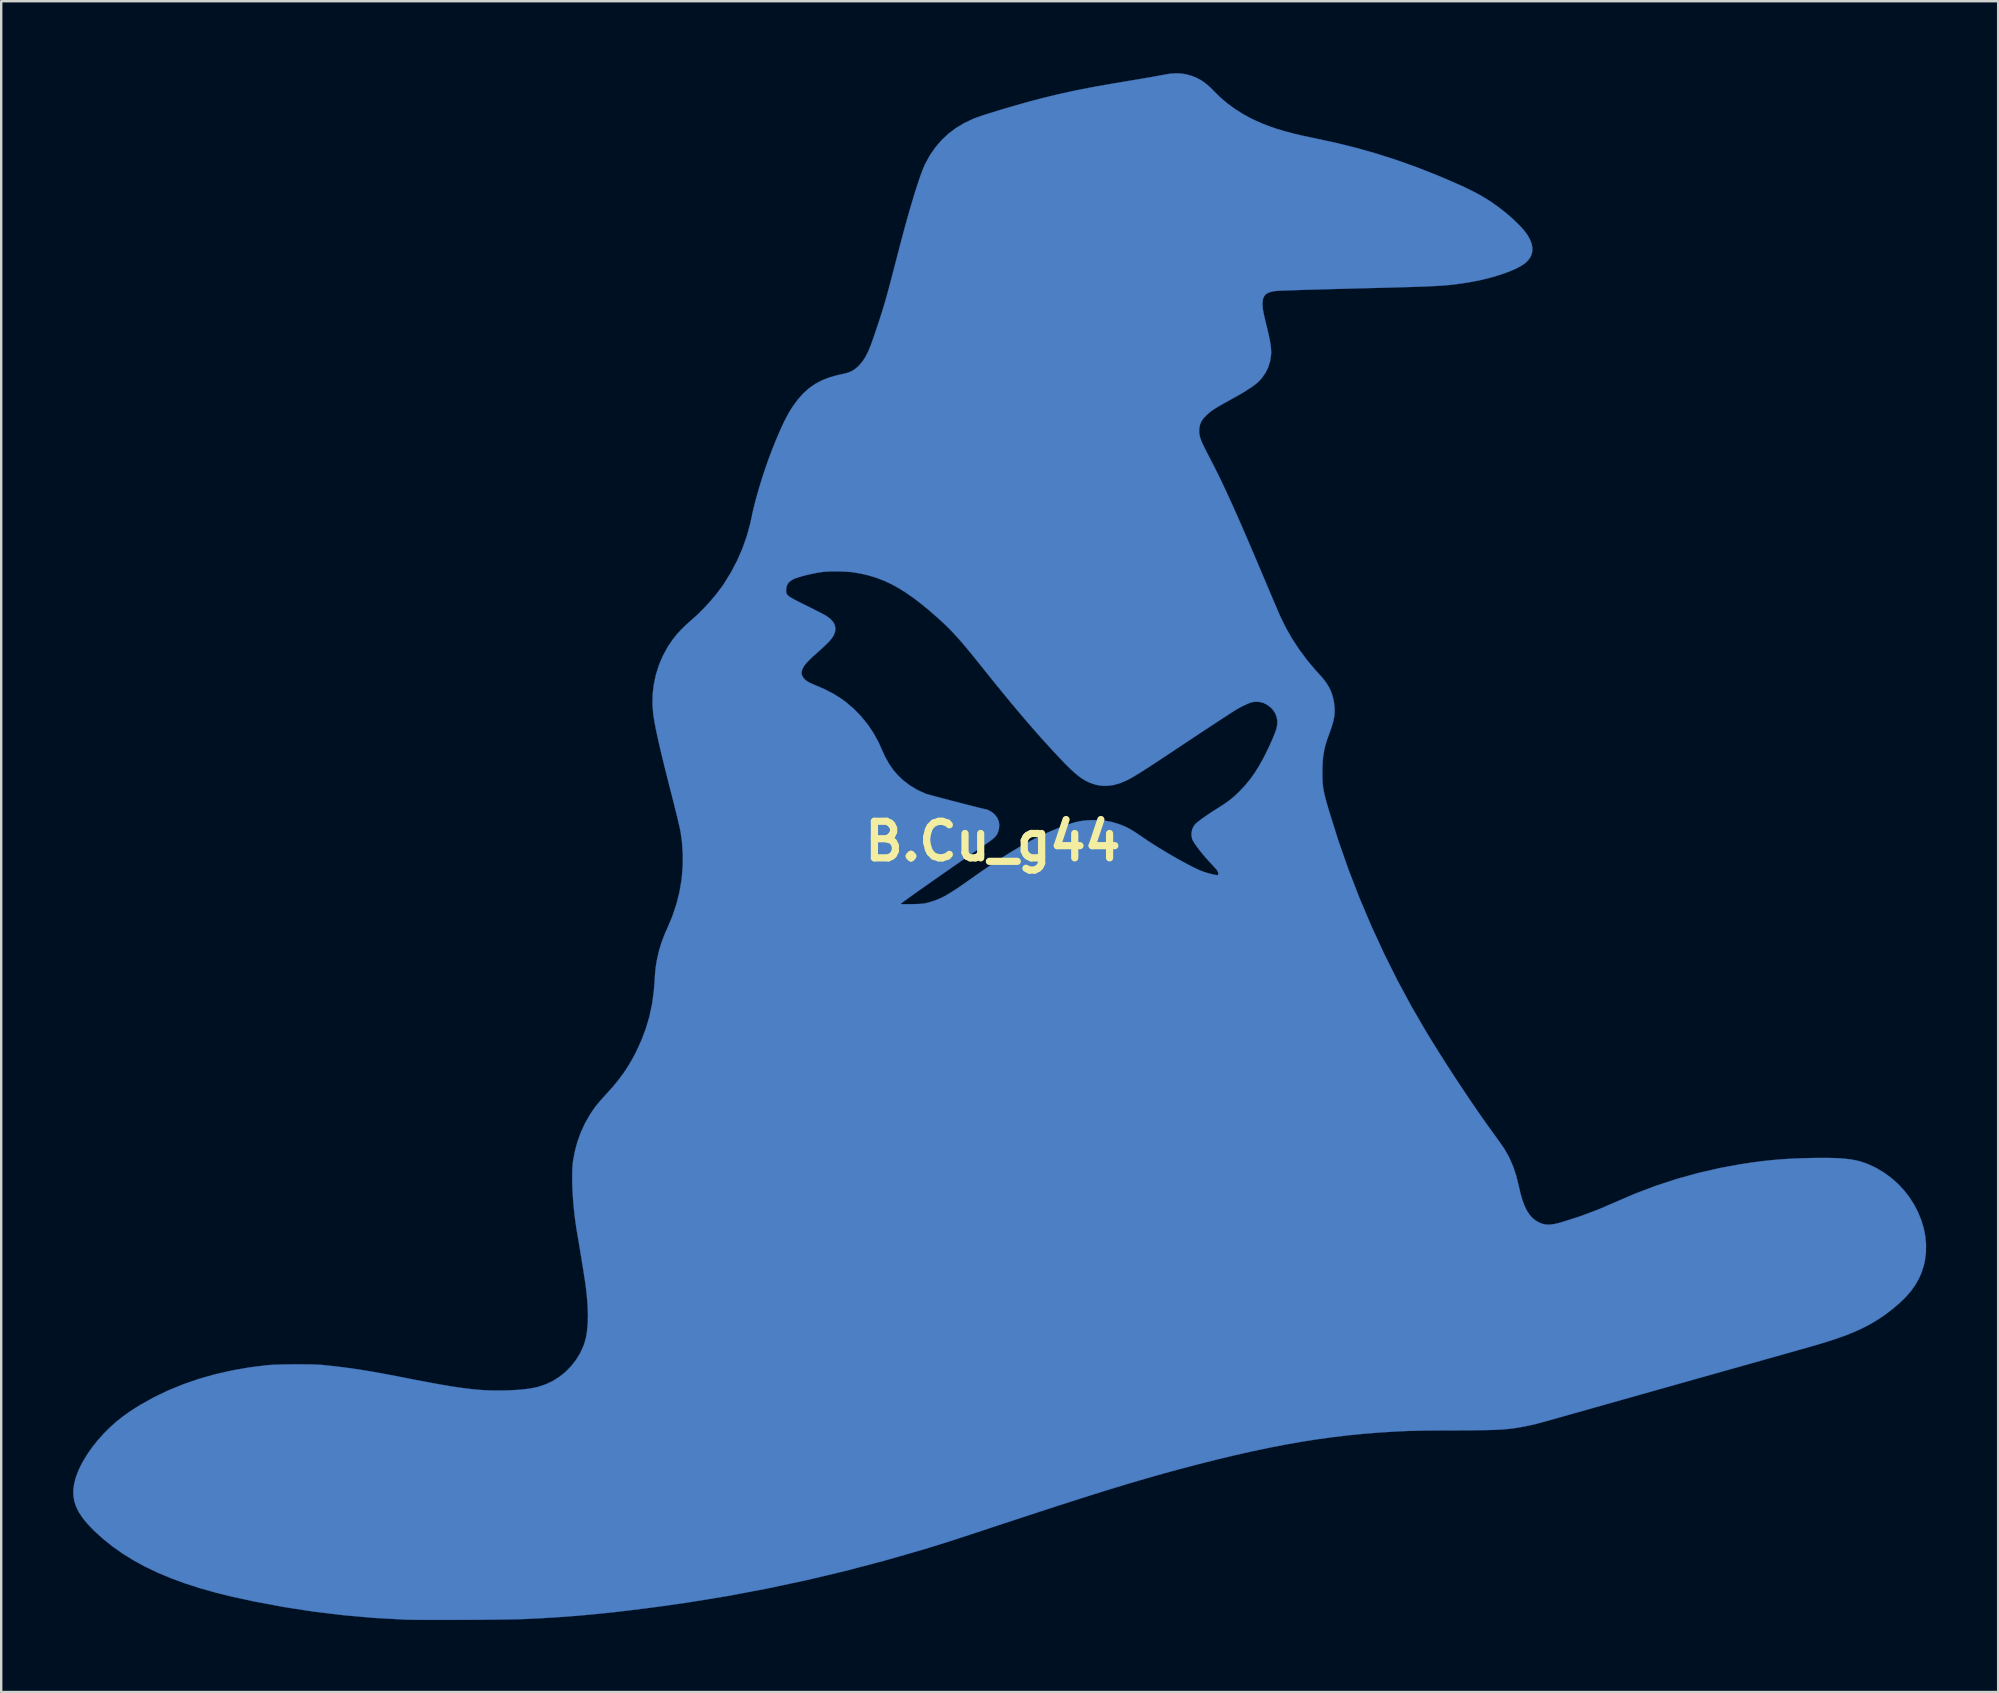
<source format=kicad_pcb>
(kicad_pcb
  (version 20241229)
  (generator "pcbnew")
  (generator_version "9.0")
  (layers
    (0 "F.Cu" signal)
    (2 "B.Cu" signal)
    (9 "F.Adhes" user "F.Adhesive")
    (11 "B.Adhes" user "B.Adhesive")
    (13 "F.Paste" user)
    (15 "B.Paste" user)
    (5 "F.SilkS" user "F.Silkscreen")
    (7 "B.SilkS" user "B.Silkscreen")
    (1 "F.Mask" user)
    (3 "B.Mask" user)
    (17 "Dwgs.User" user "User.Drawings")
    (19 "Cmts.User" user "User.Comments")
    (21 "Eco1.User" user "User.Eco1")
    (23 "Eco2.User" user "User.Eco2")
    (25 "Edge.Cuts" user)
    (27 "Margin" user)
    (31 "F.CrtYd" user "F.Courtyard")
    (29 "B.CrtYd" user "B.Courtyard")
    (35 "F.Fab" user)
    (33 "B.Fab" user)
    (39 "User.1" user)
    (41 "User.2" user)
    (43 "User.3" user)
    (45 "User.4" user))
  (footprint "B.Cu_g44"
    (layer "F.Cu")
    (at 38.317 32.003)
    (property "Reference" "B.Cu_g44" (at 0 0 0) (layer "F.SilkS") (effects (font (size 1.524 1.524) (thickness 0.3))))
    (attr through_hole)
    (fp_poly (pts (xy 7.834 -31.99) (xy 8.061 -31.954) (xy 8.242 -31.905) (xy 8.467 -31.82) (xy 8.679 -31.708) (xy 8.881 -31.565) (xy 9.082 -31.388) (xy 9.212 -31.254) (xy 9.469 -30.999) (xy 9.76 -30.752) (xy 10.076 -30.52) (xy 10.409 -30.308) (xy 10.709 -30.143) (xy 10.973 -30.015) (xy 11.243 -29.897) (xy 11.524 -29.789) (xy 11.819 -29.687) (xy 12.136 -29.592) (xy 12.477 -29.5) (xy 12.85 -29.411) (xy 13.258 -29.323) (xy 13.396 -29.295) (xy 14.289 -29.102) (xy 15.155 -28.887) (xy 16.002 -28.647) (xy 16.838 -28.379) (xy 17.672 -28.081) (xy 18.511 -27.75) (xy 19.132 -27.486) (xy 19.447 -27.347) (xy 19.727 -27.217) (xy 19.978 -27.094) (xy 20.206 -26.975) (xy 20.417 -26.856) (xy 20.616 -26.734) (xy 20.809 -26.607) (xy 21.002 -26.47) (xy 21.114 -26.387) (xy 21.316 -26.229) (xy 21.514 -26.063) (xy 21.702 -25.894) (xy 21.875 -25.729) (xy 22.028 -25.57) (xy 22.155 -25.424) (xy 22.252 -25.295) (xy 22.253 -25.294) (xy 22.368 -25.096) (xy 22.443 -24.907) (xy 22.478 -24.728) (xy 22.472 -24.558) (xy 22.426 -24.4) (xy 22.341 -24.254) (xy 22.215 -24.121) (xy 22.166 -24.081) (xy 22.009 -23.975) (xy 21.813 -23.87) (xy 21.583 -23.768) (xy 21.324 -23.669) (xy 21.04 -23.575) (xy 20.735 -23.487) (xy 20.414 -23.406) (xy 20.08 -23.335) (xy 19.738 -23.274) (xy 19.452 -23.232) (xy 19.34 -23.217) (xy 19.232 -23.204) (xy 19.125 -23.191) (xy 19.017 -23.18) (xy 18.906 -23.17) (xy 18.788 -23.16) (xy 18.662 -23.151) (xy 18.525 -23.142) (xy 18.375 -23.134) (xy 18.208 -23.126) (xy 18.023 -23.118) (xy 17.818 -23.11) (xy 17.589 -23.102) (xy 17.334 -23.094) (xy 17.051 -23.086) (xy 16.737 -23.077) (xy 16.389 -23.068) (xy 16.006 -23.058) (xy 15.585 -23.047) (xy 15.282 -23.04) (xy 14.923 -23.03) (xy 14.57 -23.021) (xy 14.226 -23.012) (xy 13.894 -23.003) (xy 13.576 -22.994) (xy 13.276 -22.985) (xy 12.995 -22.977) (xy 12.737 -22.969) (xy 12.505 -22.961) (xy 12.301 -22.954) (xy 12.127 -22.948) (xy 11.987 -22.942) (xy 11.884 -22.938) (xy 11.819 -22.934) (xy 11.811 -22.933) (xy 11.631 -22.907) (xy 11.489 -22.863) (xy 11.38 -22.799) (xy 11.303 -22.711) (xy 11.256 -22.599) (xy 11.236 -22.46) (xy 11.235 -22.404) (xy 11.237 -22.33) (xy 11.241 -22.259) (xy 11.249 -22.185) (xy 11.261 -22.102) (xy 11.28 -22.006) (xy 11.305 -21.889) (xy 11.338 -21.746) (xy 11.38 -21.571) (xy 11.409 -21.452) (xy 11.47 -21.199) (xy 11.518 -20.981) (xy 11.553 -20.793) (xy 11.578 -20.631) (xy 11.591 -20.491) (xy 11.595 -20.367) (xy 11.592 -20.278) (xy 11.552 -20.01) (xy 11.474 -19.756) (xy 11.358 -19.518) (xy 11.206 -19.301) (xy 11.093 -19.176) (xy 10.996 -19.088) (xy 10.874 -18.992) (xy 10.725 -18.888) (xy 10.546 -18.773) (xy 10.335 -18.645) (xy 10.09 -18.505) (xy 9.832 -18.362) (xy 9.635 -18.254) (xy 9.472 -18.161) (xy 9.336 -18.081) (xy 9.222 -18.009) (xy 9.126 -17.943) (xy 9.043 -17.88) (xy 8.966 -17.816) (xy 8.913 -17.767) (xy 8.787 -17.636) (xy 8.696 -17.511) (xy 8.637 -17.384) (xy 8.605 -17.248) (xy 8.598 -17.18) (xy 8.595 -17.092) (xy 8.599 -17.009) (xy 8.611 -16.924) (xy 8.633 -16.835) (xy 8.666 -16.734) (xy 8.713 -16.619) (xy 8.776 -16.483) (xy 8.855 -16.322) (xy 8.953 -16.132) (xy 9.002 -16.037) (xy 9.122 -15.805) (xy 9.242 -15.57) (xy 9.363 -15.328) (xy 9.485 -15.078) (xy 9.61 -14.816) (xy 9.739 -14.541) (xy 9.873 -14.249) (xy 10.014 -13.938) (xy 10.162 -13.605) (xy 10.319 -13.249) (xy 10.486 -12.865) (xy 10.664 -12.453) (xy 10.854 -12.009) (xy 11.057 -11.53) (xy 11.265 -11.038) (xy 11.365 -10.802) (xy 11.463 -10.57) (xy 11.558 -10.346) (xy 11.648 -10.134) (xy 11.731 -9.938) (xy 11.806 -9.763) (xy 11.87 -9.613) (xy 11.923 -9.492) (xy 11.961 -9.404) (xy 11.973 -9.377) (xy 12.199 -8.913) (xy 12.461 -8.451) (xy 12.757 -7.999) (xy 13.079 -7.564) (xy 13.424 -7.152) (xy 13.565 -6.999) (xy 13.746 -6.795) (xy 13.893 -6.603) (xy 14.009 -6.414) (xy 14.098 -6.223) (xy 14.164 -6.02) (xy 14.21 -5.8) (xy 14.228 -5.667) (xy 14.241 -5.501) (xy 14.238 -5.336) (xy 14.218 -5.166) (xy 14.179 -4.984) (xy 14.121 -4.783) (xy 14.042 -4.555) (xy 14.014 -4.482) (xy 13.921 -4.222) (xy 13.849 -3.981) (xy 13.796 -3.747) (xy 13.759 -3.51) (xy 13.738 -3.258) (xy 13.729 -2.98) (xy 13.729 -2.889) (xy 13.73 -2.726) (xy 13.733 -2.581) (xy 13.74 -2.449) (xy 13.751 -2.324) (xy 13.767 -2.201) (xy 13.791 -2.072) (xy 13.822 -1.932) (xy 13.861 -1.775) (xy 13.911 -1.595) (xy 13.971 -1.386) (xy 14.037 -1.164) (xy 14.411 0.022) (xy 14.826 1.202) (xy 15.279 2.372) (xy 15.77 3.53) (xy 16.295 4.671) (xy 16.855 5.793) (xy 17.447 6.892) (xy 18.071 7.965) (xy 18.32 8.371) (xy 18.633 8.872) (xy 18.953 9.374) (xy 19.276 9.871) (xy 19.598 10.358) (xy 19.916 10.831) (xy 20.226 11.284) (xy 20.526 11.713) (xy 20.811 12.11) (xy 20.928 12.271) (xy 21.019 12.396) (xy 21.109 12.522) (xy 21.193 12.642) (xy 21.265 12.747) (xy 21.319 12.827) (xy 21.328 12.842) (xy 21.515 13.175) (xy 21.674 13.54) (xy 21.806 13.933) (xy 21.909 14.351) (xy 21.981 14.665) (xy 22.06 14.94) (xy 22.148 15.178) (xy 22.246 15.38) (xy 22.355 15.55) (xy 22.478 15.689) (xy 22.615 15.8) (xy 22.768 15.886) (xy 22.881 15.93) (xy 22.996 15.96) (xy 23.118 15.972) (xy 23.252 15.966) (xy 23.407 15.942) (xy 23.588 15.9) (xy 23.707 15.866) (xy 24.476 15.621) (xy 25.219 15.342) (xy 25.897 15.05) (xy 26.745 14.684) (xy 27.608 14.357) (xy 28.486 14.069) (xy 29.379 13.821) (xy 30.285 13.612) (xy 31.203 13.444) (xy 31.644 13.378) (xy 32.064 13.324) (xy 32.472 13.281) (xy 32.879 13.246) (xy 33.297 13.221) (xy 33.735 13.204) (xy 34.131 13.194) (xy 34.485 13.19) (xy 34.8 13.191) (xy 35.082 13.197) (xy 35.334 13.21) (xy 35.562 13.23) (xy 35.769 13.257) (xy 35.959 13.292) (xy 36.137 13.336) (xy 36.307 13.39) (xy 36.473 13.454) (xy 36.64 13.529) (xy 36.792 13.604) (xy 37.117 13.794) (xy 37.419 14.014) (xy 37.698 14.259) (xy 37.951 14.527) (xy 38.177 14.816) (xy 38.374 15.121) (xy 38.541 15.441) (xy 38.677 15.771) (xy 38.78 16.109) (xy 38.848 16.452) (xy 38.88 16.797) (xy 38.875 17.14) (xy 38.831 17.479) (xy 38.785 17.679) (xy 38.694 17.964) (xy 38.575 18.234) (xy 38.425 18.494) (xy 38.243 18.747) (xy 38.026 18.995) (xy 37.771 19.242) (xy 37.485 19.485) (xy 37.235 19.678) (xy 36.982 19.855) (xy 36.722 20.019) (xy 36.45 20.172) (xy 36.163 20.317) (xy 35.854 20.454) (xy 35.521 20.587) (xy 35.157 20.717) (xy 34.76 20.847) (xy 34.406 20.955) (xy 34.337 20.975) (xy 34.23 21.006) (xy 34.087 21.047) (xy 33.911 21.097) (xy 33.705 21.156) (xy 33.471 21.222) (xy 33.212 21.295) (xy 32.931 21.375) (xy 32.63 21.46) (xy 32.312 21.549) (xy 31.979 21.643) (xy 31.635 21.74) (xy 31.281 21.84) (xy 30.92 21.942) (xy 30.861 21.958) (xy 30.459 22.071) (xy 30.037 22.19) (xy 29.601 22.313) (xy 29.156 22.438) (xy 28.706 22.565) (xy 28.256 22.692) (xy 27.812 22.817) (xy 27.378 22.939) (xy 26.959 23.057) (xy 26.561 23.17) (xy 26.187 23.275) (xy 25.844 23.372) (xy 25.535 23.459) (xy 25.485 23.474) (xy 25.09 23.585) (xy 24.734 23.686) (xy 24.414 23.777) (xy 24.128 23.857) (xy 23.874 23.929) (xy 23.649 23.992) (xy 23.452 24.048) (xy 23.28 24.096) (xy 23.131 24.138) (xy 23.002 24.173) (xy 22.892 24.204) (xy 22.799 24.229) (xy 22.719 24.25) (xy 22.651 24.268) (xy 22.592 24.283) (xy 22.541 24.296) (xy 22.494 24.306) (xy 22.451 24.316) (xy 22.408 24.325) (xy 22.363 24.335) (xy 22.331 24.342) (xy 22.17 24.375) (xy 22.018 24.404) (xy 21.871 24.43) (xy 21.725 24.452) (xy 21.576 24.471) (xy 21.422 24.487) (xy 21.257 24.501) (xy 21.079 24.512) (xy 20.883 24.521) (xy 20.666 24.528) (xy 20.424 24.533) (xy 20.154 24.537) (xy 19.851 24.54) (xy 19.512 24.542) (xy 19.269 24.543) (xy 18.948 24.544) (xy 18.665 24.545) (xy 18.415 24.547) (xy 18.193 24.548) (xy 17.997 24.55) (xy 17.82 24.553) (xy 17.658 24.556) (xy 17.508 24.56) (xy 17.364 24.564) (xy 17.221 24.57) (xy 17.077 24.576) (xy 16.925 24.583) (xy 16.761 24.592) (xy 16.658 24.598) (xy 16.025 24.637) (xy 15.397 24.689) (xy 14.769 24.751) (xy 14.139 24.827) (xy 13.502 24.915) (xy 12.855 25.017) (xy 12.196 25.133) (xy 11.519 25.264) (xy 10.822 25.41) (xy 10.101 25.573) (xy 9.352 25.752) (xy 8.572 25.948) (xy 7.789 26.154) (xy 7.457 26.244) (xy 7.124 26.336) (xy 6.787 26.431) (xy 6.444 26.529) (xy 6.093 26.631) (xy 5.732 26.737) (xy 5.359 26.85) (xy 4.97 26.968) (xy 4.563 27.094) (xy 4.137 27.227) (xy 3.689 27.369) (xy 3.216 27.52) (xy 2.716 27.681) (xy 2.188 27.853) (xy 1.627 28.036) (xy 1.034 28.231) (xy 0.403 28.438) (xy -0.011 28.575) (xy -0.364 28.692) (xy -0.68 28.797) (xy -0.965 28.89) (xy -1.22 28.974) (xy -1.45 29.049) (xy -1.659 29.117) (xy -1.85 29.179) (xy -2.028 29.235) (xy -2.196 29.288) (xy -2.357 29.339) (xy -2.516 29.388) (xy -2.676 29.437) (xy -2.841 29.487) (xy -2.932 29.514) (xy -4.541 29.976) (xy -6.163 30.402) (xy -7.793 30.789) (xy -9.428 31.136) (xy -11.065 31.445) (xy -12.701 31.712) (xy -13.769 31.865) (xy -14.427 31.952) (xy -15.049 32.03) (xy -15.641 32.1) (xy -16.209 32.161) (xy -16.759 32.216) (xy -17.296 32.264) (xy -17.826 32.305) (xy -18.354 32.341) (xy -18.887 32.372) (xy -19.43 32.398) (xy -19.632 32.407) (xy -19.751 32.411) (xy -19.908 32.414) (xy -20.097 32.418) (xy -20.314 32.421) (xy -20.557 32.424) (xy -20.819 32.427) (xy -21.099 32.43) (xy -21.391 32.432) (xy -21.692 32.434) (xy -21.997 32.435) (xy -22.303 32.436) (xy -22.606 32.437) (xy -22.901 32.438) (xy -23.184 32.438) (xy -23.452 32.437) (xy -23.7 32.437) (xy -23.925 32.435) (xy -24.121 32.434) (xy -24.287 32.431) (xy -24.416 32.429) (xy -24.479 32.427) (xy -25.767 32.356) (xy -27.042 32.244) (xy -28.306 32.092) (xy -29.558 31.899) (xy -30.799 31.666) (xy -31.686 31.473) (xy -32.384 31.301) (xy -33.043 31.115) (xy -33.664 30.915) (xy -34.249 30.7) (xy -34.799 30.47) (xy -35.315 30.223) (xy -35.8 29.959) (xy -36.254 29.678) (xy -36.679 29.378) (xy -37.076 29.06) (xy -37.447 28.722) (xy -37.519 28.65) (xy -37.747 28.408) (xy -37.935 28.174) (xy -38.085 27.945) (xy -38.196 27.72) (xy -38.27 27.494) (xy -38.309 27.265) (xy -38.312 27.03) (xy -38.28 26.786) (xy -38.216 26.529) (xy -38.194 26.462) (xy -38.082 26.175) (xy -37.934 25.877) (xy -37.753 25.574) (xy -37.544 25.271) (xy -37.309 24.973) (xy -37.052 24.685) (xy -37.01 24.641) (xy -36.771 24.405) (xy -36.529 24.188) (xy -36.276 23.985) (xy -36.003 23.788) (xy -35.702 23.591) (xy -35.526 23.483) (xy -34.957 23.165) (xy -34.36 22.878) (xy -33.736 22.623) (xy -33.086 22.399) (xy -32.411 22.207) (xy -31.712 22.048) (xy -30.99 21.921) (xy -30.268 21.83) (xy -30.14 21.819) (xy -29.976 21.81) (xy -29.785 21.803) (xy -29.574 21.797) (xy -29.348 21.793) (xy -29.115 21.791) (xy -28.882 21.791) (xy -28.656 21.792) (xy -28.442 21.795) (xy -28.25 21.8) (xy -28.084 21.807) (xy -27.952 21.816) (xy -27.929 21.818) (xy -27.622 21.85) (xy -27.328 21.883) (xy -27.043 21.918) (xy -26.76 21.955) (xy -26.475 21.997) (xy -26.18 22.043) (xy -25.872 22.095) (xy -25.544 22.153) (xy -25.189 22.219) (xy -24.804 22.292) (xy -24.5 22.352) (xy -24.061 22.438) (xy -23.659 22.514) (xy -23.291 22.582) (xy -22.956 22.642) (xy -22.648 22.694) (xy -22.366 22.739) (xy -22.105 22.776) (xy -21.862 22.807) (xy -21.635 22.832) (xy -21.419 22.852) (xy -21.212 22.866) (xy -21.011 22.876) (xy -20.812 22.881) (xy -20.627 22.883) (xy -20.258 22.878) (xy -19.915 22.863) (xy -19.602 22.838) (xy -19.321 22.804) (xy -19.075 22.76) (xy -18.952 22.731) (xy -18.638 22.627) (xy -18.339 22.486) (xy -18.06 22.31) (xy -17.802 22.103) (xy -17.57 21.866) (xy -17.365 21.604) (xy -17.193 21.32) (xy -17.054 21.015) (xy -17.017 20.913) (xy -16.951 20.667) (xy -16.904 20.384) (xy -16.878 20.066) (xy -16.871 19.712) (xy -16.885 19.325) (xy -16.92 18.903) (xy -16.956 18.584) (xy -16.97 18.483) (xy -16.99 18.345) (xy -17.016 18.176) (xy -17.046 17.98) (xy -17.081 17.764) (xy -17.118 17.531) (xy -17.158 17.287) (xy -17.199 17.037) (xy -17.24 16.787) (xy -17.281 16.541) (xy -17.322 16.305) (xy -17.334 16.235) (xy -17.382 15.928) (xy -17.424 15.609) (xy -17.459 15.282) (xy -17.488 14.955) (xy -17.509 14.632) (xy -17.522 14.322) (xy -17.527 14.029) (xy -17.523 13.759) (xy -17.511 13.52) (xy -17.494 13.341) (xy -17.421 12.932) (xy -17.311 12.525) (xy -17.167 12.126) (xy -16.992 11.744) (xy -16.787 11.387) (xy -16.736 11.309) (xy -16.663 11.201) (xy -16.596 11.106) (xy -16.529 11.016) (xy -16.456 10.926) (xy -16.373 10.829) (xy -16.275 10.717) (xy -16.155 10.585) (xy -16.085 10.509) (xy -15.816 10.207) (xy -15.579 9.917) (xy -15.368 9.63) (xy -15.178 9.339) (xy -15.002 9.036) (xy -14.871 8.787) (xy -14.644 8.293) (xy -14.457 7.798) (xy -14.31 7.297) (xy -14.2 6.785) (xy -14.127 6.256) (xy -14.098 5.895) (xy -14.087 5.711) (xy -14.077 5.562) (xy -14.067 5.439) (xy -14.057 5.334) (xy -14.046 5.24) (xy -14.032 5.147) (xy -14.016 5.049) (xy -14.001 4.964) (xy -13.917 4.582) (xy -13.805 4.211) (xy -13.662 3.839) (xy -13.568 3.63) (xy -13.357 3.13) (xy -13.186 2.622) (xy -13.057 2.107) (xy -12.968 1.587) (xy -12.922 1.063) (xy -12.917 0.537) (xy -12.954 0.011) (xy -13.007 -0.371) (xy -13.021 -0.445) (xy -13.045 -0.555) (xy -13.077 -0.696) (xy -13.117 -0.866) (xy -13.163 -1.058) (xy -13.215 -1.269) (xy -13.271 -1.494) (xy -13.329 -1.728) (xy -13.39 -1.968) (xy -13.399 -2) (xy -13.515 -2.455) (xy -13.62 -2.871) (xy -13.714 -3.251) (xy -13.798 -3.596) (xy -13.872 -3.909) (xy -13.937 -4.192) (xy -13.993 -4.447) (xy -14.041 -4.675) (xy -14.081 -4.879) (xy -14.113 -5.062) (xy -14.139 -5.224) (xy -14.15 -5.304) (xy -14.182 -5.714) (xy -14.174 -6.126) (xy -14.126 -6.538) (xy -14.04 -6.943) (xy -13.915 -7.339) (xy -13.753 -7.721) (xy -13.556 -8.084) (xy -13.488 -8.191) (xy -13.333 -8.415) (xy -13.165 -8.625) (xy -12.98 -8.829) (xy -12.768 -9.034) (xy -12.531 -9.244) (xy -12.278 -9.471) (xy -12.021 -9.729) (xy -11.768 -10.007) (xy -11.527 -10.294) (xy -11.401 -10.461) (xy -8.614 -10.461) (xy -8.613 -10.408) (xy -8.608 -10.361) (xy -8.594 -10.319) (xy -8.569 -10.278) (xy -8.529 -10.237) (xy -8.472 -10.193) (xy -8.394 -10.143) (xy -8.291 -10.085) (xy -8.161 -10.016) (xy -8.001 -9.935) (xy -7.806 -9.838) (xy -7.754 -9.812) (xy -7.588 -9.73) (xy -7.431 -9.65) (xy -7.285 -9.576) (xy -7.157 -9.511) (xy -7.053 -9.456) (xy -6.976 -9.414) (xy -6.934 -9.39) (xy -6.778 -9.274) (xy -6.664 -9.152) (xy -6.592 -9.024) (xy -6.561 -8.89) (xy -6.572 -8.749) (xy -6.623 -8.602) (xy -6.665 -8.526) (xy -6.723 -8.444) (xy -6.801 -8.351) (xy -6.902 -8.246) (xy -7.028 -8.123) (xy -7.183 -7.98) (xy -7.303 -7.874) (xy -7.471 -7.724) (xy -7.608 -7.595) (xy -7.718 -7.484) (xy -7.804 -7.387) (xy -7.869 -7.301) (xy -7.915 -7.221) (xy -7.947 -7.144) (xy -7.967 -7.066) (xy -7.968 -7.062) (xy -7.972 -7.001) (xy -7.959 -6.94) (xy -7.929 -6.872) (xy -7.878 -6.79) (xy -7.807 -6.718) (xy -7.712 -6.651) (xy -7.586 -6.585) (xy -7.425 -6.516) (xy -7.402 -6.507) (xy -7.003 -6.335) (xy -6.63 -6.14) (xy -6.291 -5.925) (xy -6.125 -5.802) (xy -5.792 -5.519) (xy -5.487 -5.205) (xy -5.211 -4.865) (xy -4.968 -4.502) (xy -4.761 -4.122) (xy -4.645 -3.863) (xy -4.495 -3.531) (xy -4.33 -3.235) (xy -4.148 -2.972) (xy -3.946 -2.739) (xy -3.747 -2.551) (xy -3.459 -2.33) (xy -3.153 -2.145) (xy -2.835 -1.998) (xy -2.793 -1.982) (xy -2.753 -1.969) (xy -2.677 -1.948) (xy -2.57 -1.918) (xy -2.438 -1.882) (xy -2.283 -1.841) (xy -2.111 -1.795) (xy -1.925 -1.746) (xy -1.732 -1.695) (xy -1.534 -1.644) (xy -1.336 -1.593) (xy -1.143 -1.543) (xy -0.959 -1.496) (xy -0.789 -1.453) (xy -0.636 -1.414) (xy -0.506 -1.382) (xy -0.403 -1.357) (xy -0.331 -1.341) (xy -0.295 -1.334) (xy -0.293 -1.333) (xy -0.238 -1.321) (xy -0.163 -1.287) (xy -0.079 -1.238) (xy 0.002 -1.183) (xy 0.068 -1.127) (xy 0.081 -1.113) (xy 0.185 -0.974) (xy 0.248 -0.827) (xy 0.269 -0.671) (xy 0.25 -0.505) (xy 0.245 -0.486) (xy 0.217 -0.392) (xy 0.183 -0.311) (xy 0.137 -0.238) (xy 0.074 -0.167) (xy -0.01 -0.091) (xy -0.121 -0.007) (xy -0.263 0.093) (xy -0.27 0.098) (xy -0.508 0.261) (xy -0.754 0.43) (xy -1.005 0.603) (xy -1.26 0.779) (xy -1.515 0.956) (xy -1.768 1.132) (xy -2.017 1.305) (xy -2.261 1.475) (xy -2.495 1.639) (xy -2.718 1.796) (xy -2.928 1.944) (xy -3.123 2.082) (xy -3.299 2.207) (xy -3.455 2.318) (xy -3.588 2.414) (xy -3.696 2.493) (xy -3.776 2.553) (xy -3.827 2.592) (xy -3.845 2.609) (xy -3.845 2.61) (xy -3.818 2.614) (xy -3.754 2.618) (xy -3.662 2.62) (xy -3.546 2.62) (xy -3.415 2.619) (xy -3.365 2.618) (xy -3.208 2.614) (xy -3.084 2.61) (xy -2.986 2.604) (xy -2.905 2.596) (xy -2.835 2.585) (xy -2.765 2.57) (xy -2.708 2.555) (xy -2.567 2.516) (xy -2.433 2.472) (xy -2.303 2.423) (xy -2.171 2.365) (xy -2.034 2.296) (xy -1.887 2.214) (xy -1.728 2.117) (xy -1.55 2.003) (xy -1.351 1.869) (xy -1.126 1.712) (xy -0.922 1.569) (xy -0.48 1.258) (xy -0.064 0.974) (xy 0.327 0.716) (xy 0.699 0.481) (xy 1.054 0.268) (xy 1.396 0.075) (xy 1.727 -0.1) (xy 2.053 -0.26) (xy 2.375 -0.406) (xy 2.698 -0.539) (xy 3.025 -0.663) (xy 3.154 -0.709) (xy 3.36 -0.775) (xy 3.549 -0.823) (xy 3.737 -0.855) (xy 3.94 -0.875) (xy 4.085 -0.882) (xy 4.39 -0.883) (xy 4.672 -0.859) (xy 4.941 -0.809) (xy 5.209 -0.731) (xy 5.271 -0.71) (xy 5.4 -0.661) (xy 5.52 -0.61) (xy 5.638 -0.552) (xy 5.761 -0.483) (xy 5.897 -0.4) (xy 6.051 -0.299) (xy 6.231 -0.176) (xy 6.238 -0.171) (xy 6.447 -0.029) (xy 6.675 0.119) (xy 6.916 0.27) (xy 7.165 0.421) (xy 7.416 0.57) (xy 7.665 0.713) (xy 7.905 0.847) (xy 8.132 0.968) (xy 8.341 1.075) (xy 8.525 1.163) (xy 8.677 1.23) (xy 8.782 1.269) (xy 8.897 1.306) (xy 9.015 1.341) (xy 9.128 1.37) (xy 9.229 1.392) (xy 9.31 1.406) (xy 9.363 1.408) (xy 9.379 1.403) (xy 9.391 1.367) (xy 9.387 1.308) (xy 9.386 1.302) (xy 9.374 1.265) (xy 9.35 1.221) (xy 9.308 1.166) (xy 9.245 1.093) (xy 9.157 0.997) (xy 9.12 0.958) (xy 8.978 0.805) (xy 8.84 0.649) (xy 8.711 0.494) (xy 8.592 0.346) (xy 8.489 0.209) (xy 8.404 0.087) (xy 8.342 -0.014) (xy 8.306 -0.089) (xy 8.276 -0.229) (xy 8.279 -0.376) (xy 8.313 -0.518) (xy 8.375 -0.644) (xy 8.448 -0.733) (xy 8.527 -0.8) (xy 8.636 -0.885) (xy 8.769 -0.982) (xy 8.92 -1.087) (xy 9.081 -1.196) (xy 9.248 -1.304) (xy 9.328 -1.354) (xy 9.512 -1.471) (xy 9.667 -1.573) (xy 9.8 -1.667) (xy 9.919 -1.758) (xy 10.031 -1.852) (xy 10.144 -1.955) (xy 10.265 -2.073) (xy 10.298 -2.105) (xy 10.518 -2.34) (xy 10.72 -2.587) (xy 10.91 -2.852) (xy 11.093 -3.143) (xy 11.271 -3.465) (xy 11.366 -3.651) (xy 11.509 -3.946) (xy 11.63 -4.213) (xy 11.728 -4.449) (xy 11.803 -4.653) (xy 11.805 -4.657) (xy 11.847 -4.845) (xy 11.851 -5.03) (xy 11.815 -5.208) (xy 11.742 -5.373) (xy 11.633 -5.521) (xy 11.593 -5.561) (xy 11.437 -5.683) (xy 11.27 -5.767) (xy 11.094 -5.811) (xy 10.915 -5.815) (xy 10.782 -5.791) (xy 10.684 -5.759) (xy 10.562 -5.708) (xy 10.425 -5.643) (xy 10.284 -5.57) (xy 10.149 -5.493) (xy 10.097 -5.461) (xy 9.994 -5.396) (xy 9.859 -5.31) (xy 9.695 -5.203) (xy 9.504 -5.079) (xy 9.29 -4.939) (xy 9.055 -4.784) (xy 8.802 -4.618) (xy 8.535 -4.441) (xy 8.255 -4.256) (xy 7.966 -4.064) (xy 7.671 -3.868) (xy 7.599 -3.82) (xy 7.295 -3.618) (xy 7.023 -3.438) (xy 6.782 -3.279) (xy 6.569 -3.14) (xy 6.381 -3.018) (xy 6.216 -2.913) (xy 6.072 -2.822) (xy 5.947 -2.746) (xy 5.837 -2.681) (xy 5.742 -2.626) (xy 5.658 -2.581) (xy 5.583 -2.542) (xy 5.577 -2.54) (xy 5.3 -2.423) (xy 5.031 -2.347) (xy 4.771 -2.311) (xy 4.518 -2.316) (xy 4.27 -2.362) (xy 4.055 -2.435) (xy 3.926 -2.493) (xy 3.801 -2.562) (xy 3.674 -2.643) (xy 3.543 -2.741) (xy 3.403 -2.857) (xy 3.251 -2.996) (xy 3.083 -3.16) (xy 2.895 -3.353) (xy 2.781 -3.473) (xy 2.527 -3.744) (xy 2.277 -4.017) (xy 2.027 -4.293) (xy 1.775 -4.577) (xy 1.519 -4.872) (xy 1.255 -5.179) (xy 0.981 -5.503) (xy 0.696 -5.846) (xy 0.395 -6.211) (xy 0.077 -6.602) (xy -0.261 -7.021) (xy -0.613 -7.461) (xy -0.842 -7.746) (xy -1.051 -8) (xy -1.243 -8.229) (xy -1.423 -8.435) (xy -1.594 -8.623) (xy -1.76 -8.799) (xy -1.926 -8.965) (xy -2.094 -9.126) (xy -2.269 -9.286) (xy -2.297 -9.311) (xy -2.659 -9.627) (xy -3.002 -9.908) (xy -3.33 -10.157) (xy -3.646 -10.375) (xy -3.953 -10.565) (xy -4.256 -10.729) (xy -4.557 -10.867) (xy -4.86 -10.982) (xy -5.168 -11.076) (xy -5.485 -11.151) (xy -5.814 -11.208) (xy -5.831 -11.21) (xy -5.965 -11.225) (xy -6.128 -11.236) (xy -6.309 -11.243) (xy -6.498 -11.247) (xy -6.685 -11.246) (xy -6.859 -11.241) (xy -7.01 -11.232) (xy -7.112 -11.221) (xy -7.308 -11.19) (xy -7.511 -11.151) (xy -7.712 -11.106) (xy -7.904 -11.058) (xy -8.076 -11.008) (xy -8.221 -10.959) (xy -8.3 -10.928) (xy -8.432 -10.852) (xy -8.528 -10.757) (xy -8.588 -10.641) (xy -8.613 -10.501) (xy -8.614 -10.461) (xy -11.401 -10.461) (xy -11.309 -10.582) (xy -11.198 -10.742) (xy -10.908 -11.211) (xy -10.653 -11.699) (xy -10.433 -12.203) (xy -10.251 -12.719) (xy -10.108 -13.241) (xy -10.054 -13.494) (xy -9.995 -13.77) (xy -9.92 -14.077) (xy -9.832 -14.408) (xy -9.731 -14.755) (xy -9.622 -15.11) (xy -9.505 -15.467) (xy -9.384 -15.817) (xy -9.26 -16.154) (xy -9.176 -16.372) (xy -9.045 -16.696) (xy -8.924 -16.984) (xy -8.812 -17.238) (xy -8.706 -17.465) (xy -8.604 -17.667) (xy -8.505 -17.848) (xy -8.405 -18.013) (xy -8.337 -18.119) (xy -8.122 -18.412) (xy -7.895 -18.666) (xy -7.652 -18.883) (xy -7.389 -19.065) (xy -7.104 -19.215) (xy -6.793 -19.335) (xy -6.453 -19.428) (xy -6.336 -19.452) (xy -6.144 -19.495) (xy -5.984 -19.546) (xy -5.848 -19.61) (xy -5.725 -19.691) (xy -5.606 -19.795) (xy -5.568 -19.833) (xy -5.435 -19.989) (xy -5.313 -20.176) (xy -5.199 -20.399) (xy -5.132 -20.555) (xy -5.087 -20.671) (xy -5.032 -20.822) (xy -4.97 -20.999) (xy -4.902 -21.196) (xy -4.831 -21.407) (xy -4.759 -21.624) (xy -4.688 -21.841) (xy -4.622 -22.051) (xy -4.561 -22.248) (xy -4.53 -22.352) (xy -4.504 -22.439) (xy -4.479 -22.523) (xy -4.455 -22.608) (xy -4.43 -22.697) (xy -4.403 -22.793) (xy -4.374 -22.9) (xy -4.341 -23.02) (xy -4.305 -23.157) (xy -4.263 -23.315) (xy -4.216 -23.496) (xy -4.161 -23.704) (xy -4.099 -23.941) (xy -4.029 -24.212) (xy -3.949 -24.52) (xy -3.916 -24.649) (xy -3.793 -25.116) (xy -3.674 -25.56) (xy -3.558 -25.978) (xy -3.446 -26.37) (xy -3.339 -26.732) (xy -3.238 -27.064) (xy -3.142 -27.364) (xy -3.053 -27.63) (xy -2.971 -27.859) (xy -2.896 -28.051) (xy -2.829 -28.204) (xy -2.824 -28.215) (xy -2.629 -28.573) (xy -2.404 -28.902) (xy -2.148 -29.202) (xy -1.863 -29.472) (xy -1.55 -29.71) (xy -1.209 -29.917) (xy -0.84 -30.092) (xy -0.741 -30.132) (xy -0.612 -30.179) (xy -0.447 -30.235) (xy -0.252 -30.299) (xy -0.032 -30.368) (xy 0.208 -30.442) (xy 0.462 -30.519) (xy 0.726 -30.596) (xy 0.993 -30.673) (xy 1.258 -30.749) (xy 1.517 -30.82) (xy 1.763 -30.886) (xy 1.992 -30.946) (xy 2.021 -30.953) (xy 2.32 -31.028) (xy 2.607 -31.097) (xy 2.888 -31.162) (xy 3.167 -31.224) (xy 3.451 -31.284) (xy 3.744 -31.343) (xy 4.051 -31.402) (xy 4.379 -31.463) (xy 4.731 -31.525) (xy 5.114 -31.591) (xy 5.532 -31.661) (xy 5.623 -31.676) (xy 5.853 -31.714) (xy 6.078 -31.752) (xy 6.292 -31.789) (xy 6.491 -31.823) (xy 6.671 -31.854) (xy 6.826 -31.882) (xy 6.952 -31.905) (xy 7.044 -31.922) (xy 7.083 -31.93) (xy 7.353 -31.978) (xy 7.601 -31.998) (xy 7.834 -31.99)) (stroke (width 0.01) (type solid)) (fill yes) (layer "B.Cu")))
  (gr_rect
    (start -3 -3)
    (end 80.202 67.446)
    (stroke (width 0.1) (type default))
    (fill no)
    (layer "Edge.Cuts")))
</source>
